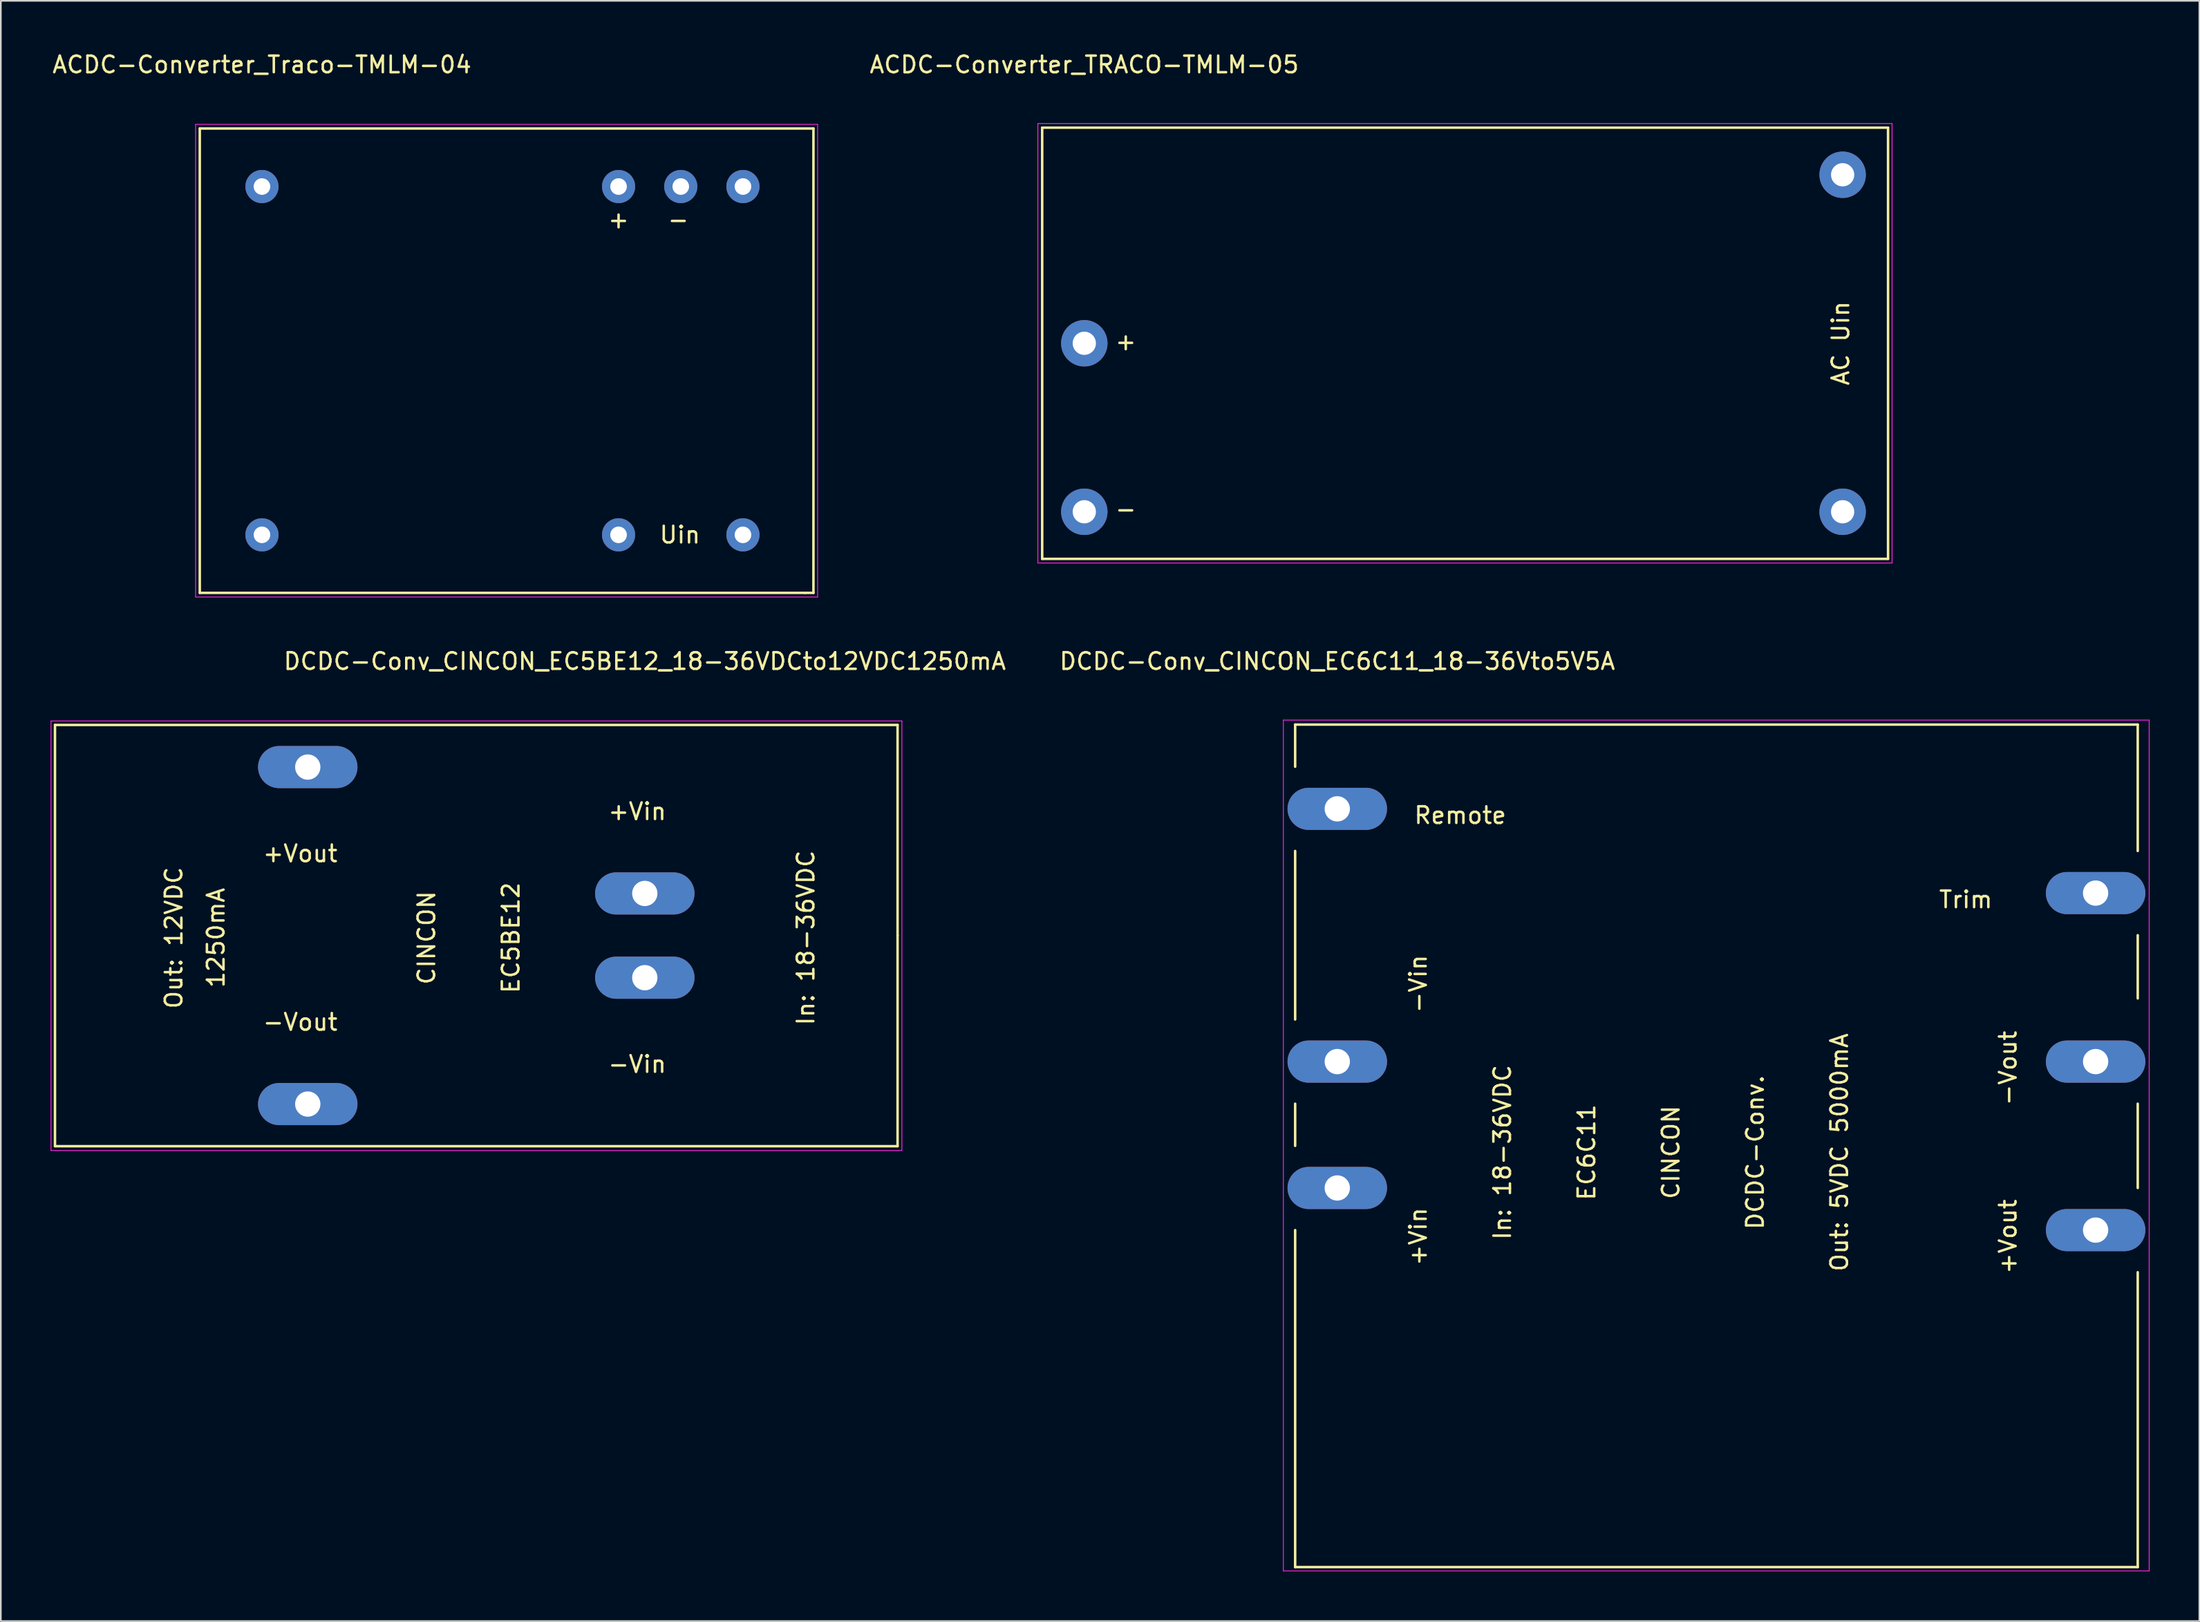
<source format=kicad_pcb>
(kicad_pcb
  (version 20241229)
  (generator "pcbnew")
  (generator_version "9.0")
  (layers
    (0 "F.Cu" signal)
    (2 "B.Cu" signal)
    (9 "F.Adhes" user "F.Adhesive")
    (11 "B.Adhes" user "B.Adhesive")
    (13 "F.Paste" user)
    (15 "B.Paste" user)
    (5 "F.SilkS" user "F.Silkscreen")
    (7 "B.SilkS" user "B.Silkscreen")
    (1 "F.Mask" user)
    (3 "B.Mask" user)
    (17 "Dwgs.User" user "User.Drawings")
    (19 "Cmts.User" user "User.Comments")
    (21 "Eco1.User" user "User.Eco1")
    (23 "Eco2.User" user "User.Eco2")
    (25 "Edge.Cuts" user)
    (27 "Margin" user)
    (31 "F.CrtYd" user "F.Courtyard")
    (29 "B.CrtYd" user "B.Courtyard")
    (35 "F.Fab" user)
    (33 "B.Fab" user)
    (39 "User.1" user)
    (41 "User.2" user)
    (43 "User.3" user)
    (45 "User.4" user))
  (footprint "ACDC-Converter_TRACO-TMLM-05"
    (layer "F.Cu")
    (at 62.323 17.648)
    (property "Reference" "ACDC-Converter_TRACO-TMLM-05" (at 0 -16.8 0) (layer "F.SilkS") (effects (font (size 1 1) (thickness 0.15))))
    (attr through_hole)
    (fp_line (start -2.54 -13) (end 48.458 -13) (stroke (width 0.15) (type solid)) (layer "F.SilkS"))
    (fp_line (start -2.54 13) (end -2.54 -13) (stroke (width 0.15) (type solid)) (layer "F.SilkS"))
    (fp_line (start 48.458 -13) (end 48.458 13) (stroke (width 0.15) (type solid)) (layer "F.SilkS"))
    (fp_line (start 48.458 13) (end -2.54 13) (stroke (width 0.15) (type solid)) (layer "F.SilkS"))
    (fp_line (start -2.8 -13.25) (end -2.8 13.25) (stroke (width 0.05) (type solid)) (layer "F.CrtYd"))
    (fp_line (start -2.8 -13.25) (end 48.7 -13.25) (stroke (width 0.05) (type solid)) (layer "F.CrtYd"))
    (fp_line (start -2.8 13.25) (end 48.7 13.25) (stroke (width 0.05) (type solid)) (layer "F.CrtYd"))
    (fp_line (start 48.7 -13.25) (end 48.7 13.25) (stroke (width 0.05) (type solid)) (layer "F.CrtYd"))
    (fp_text user "AC Uin" (at 45.6 0 90) (layer "F.SilkS") (effects (font (size 1 1) (thickness 0.15))))
    (fp_text user "-" (at 2.5 10 0) (layer "F.SilkS") (effects (font (size 1 1) (thickness 0.15))))
    (fp_text user "+" (at 2.5 -0.1 0) (layer "F.SilkS") (effects (font (size 1 1) (thickness 0.15))))
    (pad "1" thru_hole circle (at 0 0) (size 2.799 2.799) (drill 1.4) (layers "*.Cu" "*.Mask"))
    (pad "2" thru_hole circle (at 0 10.16) (size 2.799 2.799) (drill 1.4) (layers "*.Cu" "*.Mask"))
    (pad "3" thru_hole circle (at 45.72 10.16) (size 2.799 2.799) (drill 1.4) (layers "*.Cu" "*.Mask"))
    (pad "4" thru_hole circle (at 45.72 -10.16) (size 2.799 2.799) (drill 1.4) (layers "*.Cu" "*.Mask")))
  (footprint "ACDC-Converter_Traco-TMLM-04"
    (layer "F.Cu")
    (at 12.744 8.198)
    (property "Reference" "ACDC-Converter_Traco-TMLM-04" (at 0 -7.35 0) (layer "F.SilkS") (effects (font (size 1 1) (thickness 0.15))))
    (attr through_hole)
    (fp_line (start -3.749 -3.5) (end -3.749 24.501) (stroke (width 0.15) (type solid)) (layer "F.SilkS"))
    (fp_line (start -3.749 24.501) (end 32.751 24.501) (stroke (width 0.15) (type solid)) (layer "F.SilkS"))
    (fp_line (start 32.751 24.501) (end 33.249 24.501) (stroke (width 0.15) (type solid)) (layer "F.SilkS"))
    (fp_line (start 33.249 -3.5) (end -3.749 -3.5) (stroke (width 0.15) (type solid)) (layer "F.SilkS"))
    (fp_line (start 33.249 24.501) (end 33.249 -3.5) (stroke (width 0.15) (type solid)) (layer "F.SilkS"))
    (fp_line (start -4 -3.75) (end -4 24.75) (stroke (width 0.05) (type solid)) (layer "F.CrtYd"))
    (fp_line (start -4 -3.75) (end 33.5 -3.75) (stroke (width 0.05) (type solid)) (layer "F.CrtYd"))
    (fp_line (start -4 24.75) (end 33.5 24.75) (stroke (width 0.05) (type solid)) (layer "F.CrtYd"))
    (fp_line (start 33.5 -3.75) (end 33.5 24.75) (stroke (width 0.05) (type solid)) (layer "F.CrtYd"))
    (fp_text user "Uin" (at 25.2 21 0) (layer "F.SilkS") (effects (font (size 1 1) (thickness 0.15))))
    (fp_text user "+" (at 21.5 2 0) (layer "F.SilkS") (effects (font (size 1 1) (thickness 0.15))))
    (fp_text user "-" (at 25.1 2 0) (layer "F.SilkS") (effects (font (size 1 1) (thickness 0.15))))
    (pad "1" thru_hole circle (at 0 0) (size 1.999 1.999) (drill 1.001) (layers "*.Cu" "*.Mask"))
    (pad "2" thru_hole circle (at 21.499 0) (size 1.999 1.999) (drill 1.001) (layers "*.Cu" "*.Mask"))
    (pad "3" thru_hole circle (at 25.25 0) (size 1.999 1.999) (drill 1.001) (layers "*.Cu" "*.Mask"))
    (pad "4" thru_hole circle (at 28.999 0) (size 1.999 1.999) (drill 1.001) (layers "*.Cu" "*.Mask"))
    (pad "5" thru_hole circle (at 28.999 21.001) (size 1.999 1.999) (drill 1.001) (layers "*.Cu" "*.Mask"))
    (pad "6" thru_hole circle (at 21.499 21.001) (size 1.999 1.999) (drill 1.001) (layers "*.Cu" "*.Mask"))
    (pad "7" thru_hole circle (at 0 21.001) (size 1.999 1.999) (drill 1.001) (layers "*.Cu" "*.Mask")))
  (footprint "DCDC-Conv_CINCON_EC6C11_18-36Vto5V5A"
    (layer "F.Cu")
    (at 77.575 45.721)
    (property "Reference" "DCDC-Conv_CINCON_EC6C11_18-36Vto5V5A" (at 0 -8.9 0) (layer "F.SilkS") (effects (font (size 1 1) (thickness 0.15))))
    (attr through_hole)
    (fp_line (start -2.54 -5.08) (end 48.26 -5.08) (stroke (width 0.15) (type solid)) (layer "F.SilkS"))
    (fp_line (start -2.54 -2.54) (end -2.54 -5.08) (stroke (width 0.15) (type solid)) (layer "F.SilkS"))
    (fp_line (start -2.54 12.7) (end -2.54 2.54) (stroke (width 0.15) (type solid)) (layer "F.SilkS"))
    (fp_line (start -2.54 20.32) (end -2.54 17.78) (stroke (width 0.15) (type solid)) (layer "F.SilkS"))
    (fp_line (start -2.54 45.72) (end -2.54 25.4) (stroke (width 0.15) (type solid)) (layer "F.SilkS"))
    (fp_line (start 48.26 2.54) (end 48.26 -5.08) (stroke (width 0.15) (type solid)) (layer "F.SilkS"))
    (fp_line (start 48.26 11.43) (end 48.26 7.62) (stroke (width 0.15) (type solid)) (layer "F.SilkS"))
    (fp_line (start 48.26 22.86) (end 48.26 17.78) (stroke (width 0.15) (type solid)) (layer "F.SilkS"))
    (fp_line (start 48.26 45.72) (end -2.54 45.72) (stroke (width 0.15) (type solid)) (layer "F.SilkS"))
    (fp_line (start 48.26 45.72) (end 48.26 27.94) (stroke (width 0.15) (type solid)) (layer "F.SilkS"))
    (fp_line (start -3.25 -5.35) (end -3.25 45.95) (stroke (width 0.05) (type solid)) (layer "F.CrtYd"))
    (fp_line (start -3.25 -5.35) (end 48.95 -5.35) (stroke (width 0.05) (type solid)) (layer "F.CrtYd"))
    (fp_line (start -3.25 45.95) (end 48.95 45.95) (stroke (width 0.05) (type solid)) (layer "F.CrtYd"))
    (fp_line (start 48.95 -5.35) (end 48.95 45.95) (stroke (width 0.05) (type solid)) (layer "F.CrtYd"))
    (fp_text user "Trim" (at 37.894 5.471 0) (layer "F.SilkS") (effects (font (size 1 1) (thickness 0.15))))
    (fp_text user "DCDC-Conv." (at 25.194 20.711 270) (layer "F.SilkS") (effects (font (size 1 1) (thickness 0.15))))
    (fp_text user "Remote" (at 7.414 0.391 0) (layer "F.SilkS") (effects (font (size 1 1) (thickness 0.15))))
    (fp_text user "Out: 5VDC 5000mA" (at 30.274 20.711 270) (layer "F.SilkS") (effects (font (size 1 1) (thickness 0.15))))
    (fp_text user "-Vin" (at 4.874 10.551 270) (layer "F.SilkS") (effects (font (size 1 1) (thickness 0.15))))
    (fp_text user "EC6C11" (at 15.034 20.711 270) (layer "F.SilkS") (effects (font (size 1 1) (thickness 0.15))))
    (fp_text user "In: 18-36VDC" (at 9.954 20.711 270) (layer "F.SilkS") (effects (font (size 1 1) (thickness 0.15))))
    (fp_text user "+Vin" (at 4.874 25.791 270) (layer "F.SilkS") (effects (font (size 1 1) (thickness 0.15))))
    (fp_text user "CINCON" (at 20.114 20.711 270) (layer "F.SilkS") (effects (font (size 1 1) (thickness 0.15))))
    (fp_text user "+Vout" (at 40.434 25.791 270) (layer "F.SilkS") (effects (font (size 1 1) (thickness 0.15))))
    (fp_text user "-Vout" (at 40.434 15.631 270) (layer "F.SilkS") (effects (font (size 1 1) (thickness 0.15))))
    (pad "1" thru_hole oval (at 0 0) (size 5.999 2.54) (drill 1.524) (layers "*.Cu" "*.Mask"))
    (pad "3" thru_hole oval (at 0 15.24) (size 5.999 2.54) (drill 1.524) (layers "*.Cu" "*.Mask"))
    (pad "4" thru_hole oval (at 0 22.86) (size 5.999 2.54) (drill 1.524) (layers "*.Cu" "*.Mask"))
    (pad "5" thru_hole oval (at 45.72 5.08) (size 5.999 2.54) (drill 1.524) (layers "*.Cu" "*.Mask"))
    (pad "6" thru_hole oval (at 45.72 15.24) (size 5.999 2.54) (drill 1.524) (layers "*.Cu" "*.Mask"))
    (pad "7" thru_hole oval (at 45.72 25.4) (size 5.999 2.54) (drill 1.524) (layers "*.Cu" "*.Mask")))
  (footprint "DCDC-Conv_CINCON_EC5BE12_18-36VDCto12VDC1250mA"
    (layer "F.Cu")
    (at 35.825 50.822)
    (property "Reference" "DCDC-Conv_CINCON_EC5BE12_18-36VDCto12VDC1250mA" (at 0 -14 0) (layer "F.SilkS") (effects (font (size 1 1) (thickness 0.15))))
    (attr through_hole)
    (fp_line (start -35.56 -10.16) (end -35.56 15.24) (stroke (width 0.15) (type solid)) (layer "F.SilkS"))
    (fp_line (start -35.56 15.24) (end 15.24 15.24) (stroke (width 0.15) (type solid)) (layer "F.SilkS"))
    (fp_line (start 15.24 -10.16) (end -35.56 -10.16) (stroke (width 0.15) (type solid)) (layer "F.SilkS"))
    (fp_line (start 15.24 2.54) (end 15.24 -10.16) (stroke (width 0.15) (type solid)) (layer "F.SilkS"))
    (fp_line (start 15.24 15.24) (end 15.24 2.54) (stroke (width 0.15) (type solid)) (layer "F.SilkS"))
    (fp_line (start -35.8 -10.4) (end -35.8 15.5) (stroke (width 0.05) (type solid)) (layer "F.CrtYd"))
    (fp_line (start -35.8 -10.4) (end 15.5 -10.4) (stroke (width 0.05) (type solid)) (layer "F.CrtYd"))
    (fp_line (start -35.8 15.5) (end 15.5 15.5) (stroke (width 0.05) (type solid)) (layer "F.CrtYd"))
    (fp_line (start 15.5 -10.4) (end 15.5 15.5) (stroke (width 0.05) (type solid)) (layer "F.CrtYd"))
    (fp_text user "In: 18-36VDC" (at 9.705 2.675 90) (layer "F.SilkS") (effects (font (size 1 1) (thickness 0.15))))
    (fp_text user "-Vin" (at -0.455 10.295 180) (layer "F.SilkS") (effects (font (size 1 1) (thickness 0.15))))
    (fp_text user "+Vout" (at -20.775 -2.405 180) (layer "F.SilkS") (effects (font (size 1 1) (thickness 0.15))))
    (fp_text user "Out: 12VDC" (at -28.395 2.675 90) (layer "F.SilkS") (effects (font (size 1 1) (thickness 0.15))))
    (fp_text user "EC5BE12" (at -8.075 2.675 90) (layer "F.SilkS") (effects (font (size 1 1) (thickness 0.15))))
    (fp_text user "1250mA" (at -25.855 2.675 90) (layer "F.SilkS") (effects (font (size 1 1) (thickness 0.15))))
    (fp_text user "+Vin" (at -0.455 -4.945 180) (layer "F.SilkS") (effects (font (size 1 1) (thickness 0.15))))
    (fp_text user "CINCON" (at -13.155 2.675 90) (layer "F.SilkS") (effects (font (size 1 1) (thickness 0.15))))
    (fp_text user "-Vout" (at -20.775 7.755 180) (layer "F.SilkS") (effects (font (size 1 1) (thickness 0.15))))
    (pad "1" thru_hole oval (at 0 0) (size 5.994 2.54) (drill 1.524) (layers "*.Cu" "*.Mask"))
    (pad "2" thru_hole oval (at 0 5.08) (size 5.994 2.54) (drill 1.524) (layers "*.Cu" "*.Mask"))
    (pad "3" thru_hole oval (at -20.32 -7.62) (size 5.994 2.54) (drill 1.524) (layers "*.Cu" "*.Mask"))
    (pad "5" thru_hole oval (at -20.32 12.7) (size 5.994 2.54) (drill 1.524) (layers "*.Cu" "*.Mask")))
  (gr_rect
    (start -3 -3)
    (end 129.55 94.697)
    (stroke (width 0.1) (type default))
    (fill no)
    (layer "Edge.Cuts")))
</source>
